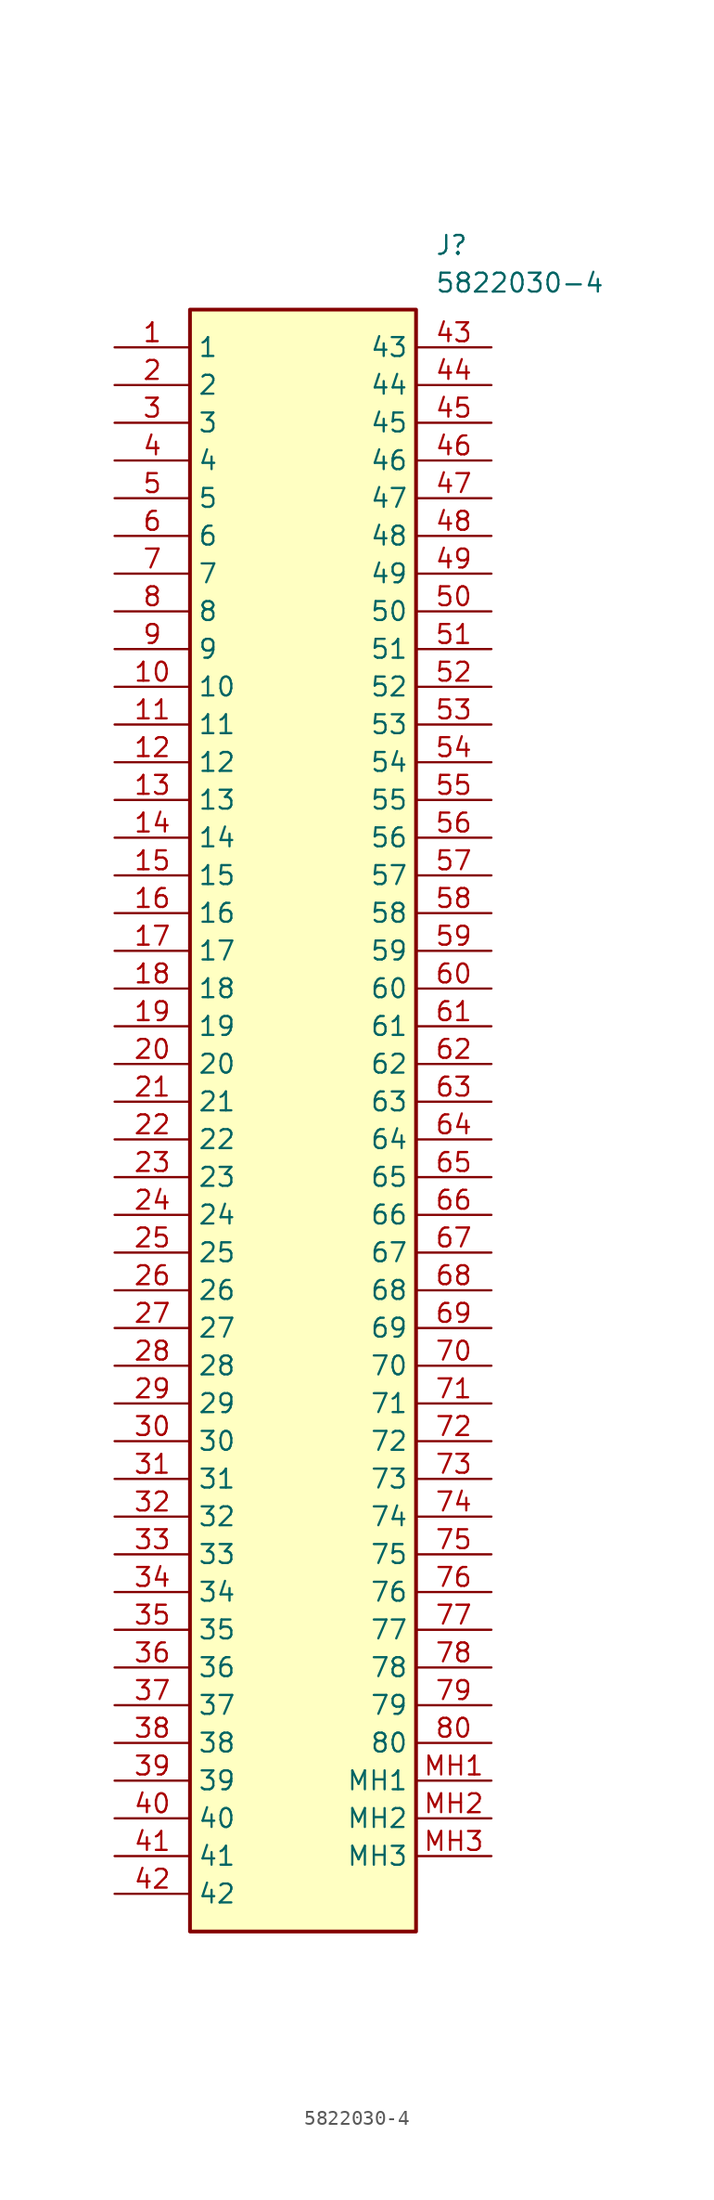
<source format=kicad_sym>
(kicad_symbol_lib
  (version 20211014)
  (generator SamacSys_ECAD_Model)
  (symbol "5822030-4"
    (property "Reference" "J"
      (at 21.59 7.62 0)
      (effects (font (size 1.27 1.27)) (justify left top)))
    (property "Value" "5822030-4"
      (at 21.59 5.08 0)
      (effects (font (size 1.27 1.27)) (justify left top)))
    (rectangle
      (start 5.08 2.54)
      (end 20.32 -106.68)
      (stroke (width 0.254) (type default))
      (fill (type background)))
    (pin passive line
      (at 0 0 0)
      (length 5.08)
      (name "1" (effects (font (size 1.27 1.27))))
      (number "1" (effects (font (size 1.27 1.27)))))
    (pin passive line
      (at 0 -2.54 0)
      (length 5.08)
      (name "2" (effects (font (size 1.27 1.27))))
      (number "2" (effects (font (size 1.27 1.27)))))
    (pin passive line
      (at 0 -5.08 0)
      (length 5.08)
      (name "3" (effects (font (size 1.27 1.27))))
      (number "3" (effects (font (size 1.27 1.27)))))
    (pin passive line
      (at 0 -7.62 0)
      (length 5.08)
      (name "4" (effects (font (size 1.27 1.27))))
      (number "4" (effects (font (size 1.27 1.27)))))
    (pin passive line
      (at 0 -10.16 0)
      (length 5.08)
      (name "5" (effects (font (size 1.27 1.27))))
      (number "5" (effects (font (size 1.27 1.27)))))
    (pin passive line
      (at 0 -12.7 0)
      (length 5.08)
      (name "6" (effects (font (size 1.27 1.27))))
      (number "6" (effects (font (size 1.27 1.27)))))
    (pin passive line
      (at 0 -15.24 0)
      (length 5.08)
      (name "7" (effects (font (size 1.27 1.27))))
      (number "7" (effects (font (size 1.27 1.27)))))
    (pin passive line
      (at 0 -17.78 0)
      (length 5.08)
      (name "8" (effects (font (size 1.27 1.27))))
      (number "8" (effects (font (size 1.27 1.27)))))
    (pin passive line
      (at 0 -20.32 0)
      (length 5.08)
      (name "9" (effects (font (size 1.27 1.27))))
      (number "9" (effects (font (size 1.27 1.27)))))
    (pin passive line
      (at 0 -22.86 0)
      (length 5.08)
      (name "10" (effects (font (size 1.27 1.27))))
      (number "10" (effects (font (size 1.27 1.27)))))
    (pin passive line
      (at 0 -25.4 0)
      (length 5.08)
      (name "11" (effects (font (size 1.27 1.27))))
      (number "11" (effects (font (size 1.27 1.27)))))
    (pin passive line
      (at 0 -27.94 0)
      (length 5.08)
      (name "12" (effects (font (size 1.27 1.27))))
      (number "12" (effects (font (size 1.27 1.27)))))
    (pin passive line
      (at 0 -30.48 0)
      (length 5.08)
      (name "13" (effects (font (size 1.27 1.27))))
      (number "13" (effects (font (size 1.27 1.27)))))
    (pin passive line
      (at 0 -33.02 0)
      (length 5.08)
      (name "14" (effects (font (size 1.27 1.27))))
      (number "14" (effects (font (size 1.27 1.27)))))
    (pin passive line
      (at 0 -35.56 0)
      (length 5.08)
      (name "15" (effects (font (size 1.27 1.27))))
      (number "15" (effects (font (size 1.27 1.27)))))
    (pin passive line
      (at 0 -38.1 0)
      (length 5.08)
      (name "16" (effects (font (size 1.27 1.27))))
      (number "16" (effects (font (size 1.27 1.27)))))
    (pin passive line
      (at 0 -40.64 0)
      (length 5.08)
      (name "17" (effects (font (size 1.27 1.27))))
      (number "17" (effects (font (size 1.27 1.27)))))
    (pin passive line
      (at 0 -43.18 0)
      (length 5.08)
      (name "18" (effects (font (size 1.27 1.27))))
      (number "18" (effects (font (size 1.27 1.27)))))
    (pin passive line
      (at 0 -45.72 0)
      (length 5.08)
      (name "19" (effects (font (size 1.27 1.27))))
      (number "19" (effects (font (size 1.27 1.27)))))
    (pin passive line
      (at 0 -48.26 0)
      (length 5.08)
      (name "20" (effects (font (size 1.27 1.27))))
      (number "20" (effects (font (size 1.27 1.27)))))
    (pin passive line
      (at 0 -50.8 0)
      (length 5.08)
      (name "21" (effects (font (size 1.27 1.27))))
      (number "21" (effects (font (size 1.27 1.27)))))
    (pin passive line
      (at 0 -53.34 0)
      (length 5.08)
      (name "22" (effects (font (size 1.27 1.27))))
      (number "22" (effects (font (size 1.27 1.27)))))
    (pin passive line
      (at 0 -55.88 0)
      (length 5.08)
      (name "23" (effects (font (size 1.27 1.27))))
      (number "23" (effects (font (size 1.27 1.27)))))
    (pin passive line
      (at 0 -58.42 0)
      (length 5.08)
      (name "24" (effects (font (size 1.27 1.27))))
      (number "24" (effects (font (size 1.27 1.27)))))
    (pin passive line
      (at 0 -60.96 0)
      (length 5.08)
      (name "25" (effects (font (size 1.27 1.27))))
      (number "25" (effects (font (size 1.27 1.27)))))
    (pin passive line
      (at 0 -63.5 0)
      (length 5.08)
      (name "26" (effects (font (size 1.27 1.27))))
      (number "26" (effects (font (size 1.27 1.27)))))
    (pin passive line
      (at 0 -66.04 0)
      (length 5.08)
      (name "27" (effects (font (size 1.27 1.27))))
      (number "27" (effects (font (size 1.27 1.27)))))
    (pin passive line
      (at 0 -68.58 0)
      (length 5.08)
      (name "28" (effects (font (size 1.27 1.27))))
      (number "28" (effects (font (size 1.27 1.27)))))
    (pin passive line
      (at 0 -71.12 0)
      (length 5.08)
      (name "29" (effects (font (size 1.27 1.27))))
      (number "29" (effects (font (size 1.27 1.27)))))
    (pin passive line
      (at 0 -73.66 0)
      (length 5.08)
      (name "30" (effects (font (size 1.27 1.27))))
      (number "30" (effects (font (size 1.27 1.27)))))
    (pin passive line
      (at 0 -76.2 0)
      (length 5.08)
      (name "31" (effects (font (size 1.27 1.27))))
      (number "31" (effects (font (size 1.27 1.27)))))
    (pin passive line
      (at 0 -78.74 0)
      (length 5.08)
      (name "32" (effects (font (size 1.27 1.27))))
      (number "32" (effects (font (size 1.27 1.27)))))
    (pin passive line
      (at 0 -81.28 0)
      (length 5.08)
      (name "33" (effects (font (size 1.27 1.27))))
      (number "33" (effects (font (size 1.27 1.27)))))
    (pin passive line
      (at 0 -83.82 0)
      (length 5.08)
      (name "34" (effects (font (size 1.27 1.27))))
      (number "34" (effects (font (size 1.27 1.27)))))
    (pin passive line
      (at 0 -86.36 0)
      (length 5.08)
      (name "35" (effects (font (size 1.27 1.27))))
      (number "35" (effects (font (size 1.27 1.27)))))
    (pin passive line
      (at 0 -88.9 0)
      (length 5.08)
      (name "36" (effects (font (size 1.27 1.27))))
      (number "36" (effects (font (size 1.27 1.27)))))
    (pin passive line
      (at 0 -91.44 0)
      (length 5.08)
      (name "37" (effects (font (size 1.27 1.27))))
      (number "37" (effects (font (size 1.27 1.27)))))
    (pin passive line
      (at 0 -93.98 0)
      (length 5.08)
      (name "38" (effects (font (size 1.27 1.27))))
      (number "38" (effects (font (size 1.27 1.27)))))
    (pin passive line
      (at 0 -96.52 0)
      (length 5.08)
      (name "39" (effects (font (size 1.27 1.27))))
      (number "39" (effects (font (size 1.27 1.27)))))
    (pin passive line
      (at 0 -99.06 0)
      (length 5.08)
      (name "40" (effects (font (size 1.27 1.27))))
      (number "40" (effects (font (size 1.27 1.27)))))
    (pin passive line
      (at 0 -101.6 0)
      (length 5.08)
      (name "41" (effects (font (size 1.27 1.27))))
      (number "41" (effects (font (size 1.27 1.27)))))
    (pin passive line
      (at 0 -104.14 0)
      (length 5.08)
      (name "42" (effects (font (size 1.27 1.27))))
      (number "42" (effects (font (size 1.27 1.27)))))
    (pin passive line
      (at 25.4 0 180)
      (length 5.08)
      (name "43" (effects (font (size 1.27 1.27))))
      (number "43" (effects (font (size 1.27 1.27)))))
    (pin passive line
      (at 25.4 -2.54 180)
      (length 5.08)
      (name "44" (effects (font (size 1.27 1.27))))
      (number "44" (effects (font (size 1.27 1.27)))))
    (pin passive line
      (at 25.4 -5.08 180)
      (length 5.08)
      (name "45" (effects (font (size 1.27 1.27))))
      (number "45" (effects (font (size 1.27 1.27)))))
    (pin passive line
      (at 25.4 -7.62 180)
      (length 5.08)
      (name "46" (effects (font (size 1.27 1.27))))
      (number "46" (effects (font (size 1.27 1.27)))))
    (pin passive line
      (at 25.4 -10.16 180)
      (length 5.08)
      (name "47" (effects (font (size 1.27 1.27))))
      (number "47" (effects (font (size 1.27 1.27)))))
    (pin passive line
      (at 25.4 -12.7 180)
      (length 5.08)
      (name "48" (effects (font (size 1.27 1.27))))
      (number "48" (effects (font (size 1.27 1.27)))))
    (pin passive line
      (at 25.4 -15.24 180)
      (length 5.08)
      (name "49" (effects (font (size 1.27 1.27))))
      (number "49" (effects (font (size 1.27 1.27)))))
    (pin passive line
      (at 25.4 -17.78 180)
      (length 5.08)
      (name "50" (effects (font (size 1.27 1.27))))
      (number "50" (effects (font (size 1.27 1.27)))))
    (pin passive line
      (at 25.4 -20.32 180)
      (length 5.08)
      (name "51" (effects (font (size 1.27 1.27))))
      (number "51" (effects (font (size 1.27 1.27)))))
    (pin passive line
      (at 25.4 -22.86 180)
      (length 5.08)
      (name "52" (effects (font (size 1.27 1.27))))
      (number "52" (effects (font (size 1.27 1.27)))))
    (pin passive line
      (at 25.4 -25.4 180)
      (length 5.08)
      (name "53" (effects (font (size 1.27 1.27))))
      (number "53" (effects (font (size 1.27 1.27)))))
    (pin passive line
      (at 25.4 -27.94 180)
      (length 5.08)
      (name "54" (effects (font (size 1.27 1.27))))
      (number "54" (effects (font (size 1.27 1.27)))))
    (pin passive line
      (at 25.4 -30.48 180)
      (length 5.08)
      (name "55" (effects (font (size 1.27 1.27))))
      (number "55" (effects (font (size 1.27 1.27)))))
    (pin passive line
      (at 25.4 -33.02 180)
      (length 5.08)
      (name "56" (effects (font (size 1.27 1.27))))
      (number "56" (effects (font (size 1.27 1.27)))))
    (pin passive line
      (at 25.4 -35.56 180)
      (length 5.08)
      (name "57" (effects (font (size 1.27 1.27))))
      (number "57" (effects (font (size 1.27 1.27)))))
    (pin passive line
      (at 25.4 -38.1 180)
      (length 5.08)
      (name "58" (effects (font (size 1.27 1.27))))
      (number "58" (effects (font (size 1.27 1.27)))))
    (pin passive line
      (at 25.4 -40.64 180)
      (length 5.08)
      (name "59" (effects (font (size 1.27 1.27))))
      (number "59" (effects (font (size 1.27 1.27)))))
    (pin passive line
      (at 25.4 -43.18 180)
      (length 5.08)
      (name "60" (effects (font (size 1.27 1.27))))
      (number "60" (effects (font (size 1.27 1.27)))))
    (pin passive line
      (at 25.4 -45.72 180)
      (length 5.08)
      (name "61" (effects (font (size 1.27 1.27))))
      (number "61" (effects (font (size 1.27 1.27)))))
    (pin passive line
      (at 25.4 -48.26 180)
      (length 5.08)
      (name "62" (effects (font (size 1.27 1.27))))
      (number "62" (effects (font (size 1.27 1.27)))))
    (pin passive line
      (at 25.4 -50.8 180)
      (length 5.08)
      (name "63" (effects (font (size 1.27 1.27))))
      (number "63" (effects (font (size 1.27 1.27)))))
    (pin passive line
      (at 25.4 -53.34 180)
      (length 5.08)
      (name "64" (effects (font (size 1.27 1.27))))
      (number "64" (effects (font (size 1.27 1.27)))))
    (pin passive line
      (at 25.4 -55.88 180)
      (length 5.08)
      (name "65" (effects (font (size 1.27 1.27))))
      (number "65" (effects (font (size 1.27 1.27)))))
    (pin passive line
      (at 25.4 -58.42 180)
      (length 5.08)
      (name "66" (effects (font (size 1.27 1.27))))
      (number "66" (effects (font (size 1.27 1.27)))))
    (pin passive line
      (at 25.4 -60.96 180)
      (length 5.08)
      (name "67" (effects (font (size 1.27 1.27))))
      (number "67" (effects (font (size 1.27 1.27)))))
    (pin passive line
      (at 25.4 -63.5 180)
      (length 5.08)
      (name "68" (effects (font (size 1.27 1.27))))
      (number "68" (effects (font (size 1.27 1.27)))))
    (pin passive line
      (at 25.4 -66.04 180)
      (length 5.08)
      (name "69" (effects (font (size 1.27 1.27))))
      (number "69" (effects (font (size 1.27 1.27)))))
    (pin passive line
      (at 25.4 -68.58 180)
      (length 5.08)
      (name "70" (effects (font (size 1.27 1.27))))
      (number "70" (effects (font (size 1.27 1.27)))))
    (pin passive line
      (at 25.4 -71.12 180)
      (length 5.08)
      (name "71" (effects (font (size 1.27 1.27))))
      (number "71" (effects (font (size 1.27 1.27)))))
    (pin passive line
      (at 25.4 -73.66 180)
      (length 5.08)
      (name "72" (effects (font (size 1.27 1.27))))
      (number "72" (effects (font (size 1.27 1.27)))))
    (pin passive line
      (at 25.4 -76.2 180)
      (length 5.08)
      (name "73" (effects (font (size 1.27 1.27))))
      (number "73" (effects (font (size 1.27 1.27)))))
    (pin passive line
      (at 25.4 -78.74 180)
      (length 5.08)
      (name "74" (effects (font (size 1.27 1.27))))
      (number "74" (effects (font (size 1.27 1.27)))))
    (pin passive line
      (at 25.4 -81.28 180)
      (length 5.08)
      (name "75" (effects (font (size 1.27 1.27))))
      (number "75" (effects (font (size 1.27 1.27)))))
    (pin passive line
      (at 25.4 -83.82 180)
      (length 5.08)
      (name "76" (effects (font (size 1.27 1.27))))
      (number "76" (effects (font (size 1.27 1.27)))))
    (pin passive line
      (at 25.4 -86.36 180)
      (length 5.08)
      (name "77" (effects (font (size 1.27 1.27))))
      (number "77" (effects (font (size 1.27 1.27)))))
    (pin passive line
      (at 25.4 -88.9 180)
      (length 5.08)
      (name "78" (effects (font (size 1.27 1.27))))
      (number "78" (effects (font (size 1.27 1.27)))))
    (pin passive line
      (at 25.4 -91.44 180)
      (length 5.08)
      (name "79" (effects (font (size 1.27 1.27))))
      (number "79" (effects (font (size 1.27 1.27)))))
    (pin passive line
      (at 25.4 -93.98 180)
      (length 5.08)
      (name "80" (effects (font (size 1.27 1.27))))
      (number "80" (effects (font (size 1.27 1.27)))))
    (pin passive line
      (at 25.4 -96.52 180)
      (length 5.08)
      (name "MH1" (effects (font (size 1.27 1.27))))
      (number "MH1" (effects (font (size 1.27 1.27)))))
    (pin passive line
      (at 25.4 -99.06 180)
      (length 5.08)
      (name "MH2" (effects (font (size 1.27 1.27))))
      (number "MH2" (effects (font (size 1.27 1.27)))))
    (pin passive line
      (at 25.4 -101.6 180)
      (length 5.08)
      (name "MH3" (effects (font (size 1.27 1.27))))
      (number "MH3" (effects (font (size 1.27 1.27)))))))
</source>
